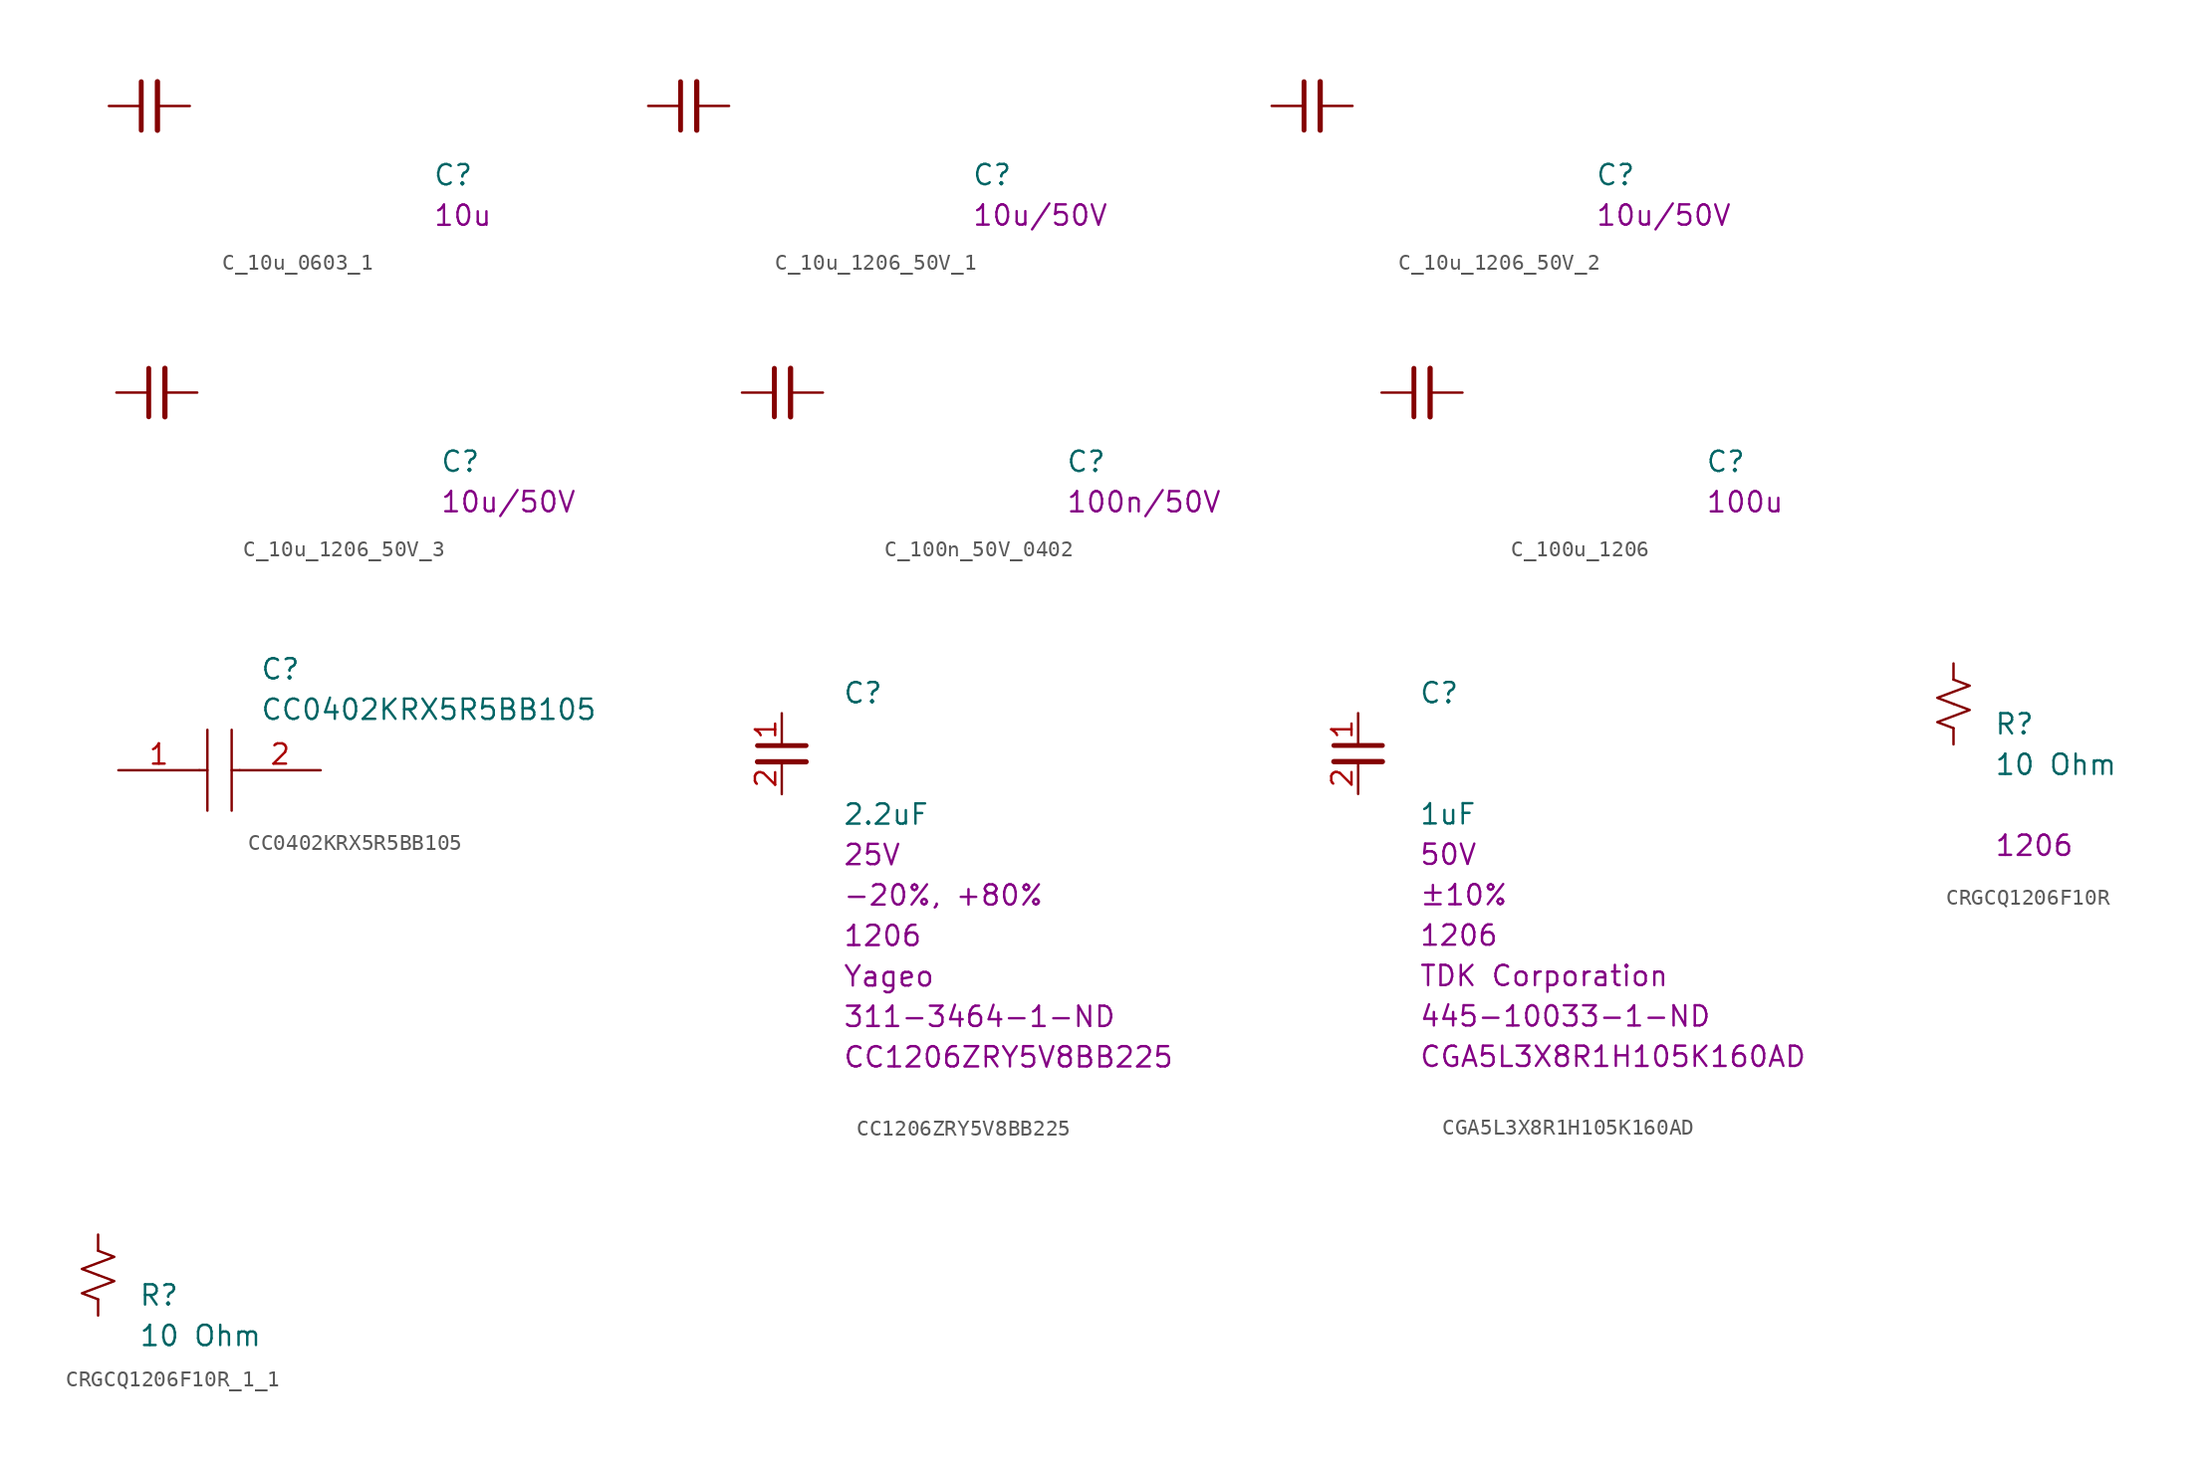
<source format=kicad_sym>
(kicad_symbol_lib
  (version 20231120)
  (generator "kicad_symbol_editor")
  (generator_version "8.0")
  (symbol "C_10u_0603_1"
    (pin_numbers hide)
    (pin_names hide)
    (property "Reference" "C"
      (at 20.32 -5.08 0)
      (effects (font (size 1.27 1.27) (thickness 0.15)) (justify left bottom)))
    (property "Val" "10u"
      (at 20.32 -7.62 0)
      (effects (font (size 1.27 1.27) (thickness 0.15)) (justify left bottom)))
    (symbol "C_10u_0603_1_0_1"
      (polyline (pts (xy 2.032 -1.524) (xy 2.032 1.524)) (stroke (width 0.305) (type default)) (fill (type none)))
      (polyline (pts (xy 3.048 -1.524) (xy 3.048 1.524)) (stroke (width 0.33) (type default)) (fill (type none))))
    (symbol "C_10u_0603_1_1_1"
      (pin passive line (at 0 0 0) (length 2.032) (name "~" (effects (font (size 1.27 1.27)))) (number "1" (effects (font (size 1.27 1.27)))))
      (pin passive line (at 5.08 0 180) (length 2.032) (name "~" (effects (font (size 1.27 1.27)))) (number "2" (effects (font (size 1.27 1.27)))))))
  (symbol "C_10u_1206_50V_1"
    (pin_numbers hide)
    (pin_names hide)
    (property "Reference" "C"
      (at 20.32 -5.08 0)
      (effects (font (size 1.27 1.27) (thickness 0.15)) (justify left bottom)))
    (property "Val" "10u/50V"
      (at 20.32 -7.62 0)
      (effects (font (size 1.27 1.27) (thickness 0.15)) (justify left bottom)))
    (symbol "C_10u_1206_50V_1_0_1"
      (polyline (pts (xy 2.032 -1.524) (xy 2.032 1.524)) (stroke (width 0.305) (type default)) (fill (type none)))
      (polyline (pts (xy 3.048 -1.524) (xy 3.048 1.524)) (stroke (width 0.33) (type default)) (fill (type none))))
    (symbol "C_10u_1206_50V_1_1_1"
      (pin passive line (at 0 0 0) (length 2.032) (name "~" (effects (font (size 1.27 1.27)))) (number "1" (effects (font (size 1.27 1.27)))))
      (pin passive line (at 5.08 0 180) (length 2.032) (name "~" (effects (font (size 1.27 1.27)))) (number "2" (effects (font (size 1.27 1.27)))))))
  (symbol "C_10u_1206_50V_2"
    (pin_numbers hide)
    (pin_names hide)
    (property "Reference" "C"
      (at 20.32 -5.08 0)
      (effects (font (size 1.27 1.27) (thickness 0.15)) (justify left bottom)))
    (property "Val" "10u/50V"
      (at 20.32 -7.62 0)
      (effects (font (size 1.27 1.27) (thickness 0.15)) (justify left bottom)))
    (symbol "C_10u_1206_50V_2_0_1"
      (polyline (pts (xy 2.032 -1.524) (xy 2.032 1.524)) (stroke (width 0.305) (type default)) (fill (type none)))
      (polyline (pts (xy 3.048 -1.524) (xy 3.048 1.524)) (stroke (width 0.33) (type default)) (fill (type none))))
    (symbol "C_10u_1206_50V_2_1_1"
      (pin passive line (at 0 0 0) (length 2.032) (name "~" (effects (font (size 1.27 1.27)))) (number "1" (effects (font (size 1.27 1.27)))))
      (pin passive line (at 5.08 0 180) (length 2.032) (name "~" (effects (font (size 1.27 1.27)))) (number "2" (effects (font (size 1.27 1.27)))))))
  (symbol "C_10u_1206_50V_3"
    (pin_numbers hide)
    (pin_names hide)
    (property "Reference" "C"
      (at 20.32 -5.08 0)
      (effects (font (size 1.27 1.27) (thickness 0.15)) (justify left bottom)))
    (property "Val" "10u/50V"
      (at 20.32 -7.62 0)
      (effects (font (size 1.27 1.27) (thickness 0.15)) (justify left bottom)))
    (symbol "C_10u_1206_50V_3_0_1"
      (polyline (pts (xy 2.032 -1.524) (xy 2.032 1.524)) (stroke (width 0.305) (type default)) (fill (type none)))
      (polyline (pts (xy 3.048 -1.524) (xy 3.048 1.524)) (stroke (width 0.33) (type default)) (fill (type none))))
    (symbol "C_10u_1206_50V_3_1_1"
      (pin passive line (at 0 0 0) (length 2.032) (name "~" (effects (font (size 1.27 1.27)))) (number "1" (effects (font (size 1.27 1.27)))))
      (pin passive line (at 5.08 0 180) (length 2.032) (name "~" (effects (font (size 1.27 1.27)))) (number "2" (effects (font (size 1.27 1.27)))))))
  (symbol "C_100n_50V_0402"
    (pin_numbers hide)
    (pin_names hide)
    (property "Reference" "C"
      (at 20.32 -5.08 0)
      (effects (font (size 1.27 1.27) (thickness 0.15)) (justify left bottom)))
    (property "Val" "100n/50V"
      (at 20.32 -7.62 0)
      (effects (font (size 1.27 1.27) (thickness 0.15)) (justify left bottom)))
    (symbol "C_100n_50V_0402_0_1"
      (polyline (pts (xy 2.032 -1.524) (xy 2.032 1.524)) (stroke (width 0.305) (type default)) (fill (type none)))
      (polyline (pts (xy 3.048 -1.524) (xy 3.048 1.524)) (stroke (width 0.33) (type default)) (fill (type none))))
    (symbol "C_100n_50V_0402_1_1"
      (pin passive line (at 0 0 0) (length 2.032) (name "~" (effects (font (size 1.27 1.27)))) (number "1" (effects (font (size 1.27 1.27)))))
      (pin passive line (at 5.08 0 180) (length 2.032) (name "~" (effects (font (size 1.27 1.27)))) (number "2" (effects (font (size 1.27 1.27)))))))
  (symbol "C_100u_1206"
    (pin_numbers hide)
    (pin_names hide)
    (property "Reference" "C"
      (at 20.32 -5.08 0)
      (effects (font (size 1.27 1.27) (thickness 0.15)) (justify left bottom)))
    (property "Val" "100u"
      (at 20.32 -7.62 0)
      (effects (font (size 1.27 1.27) (thickness 0.15)) (justify left bottom)))
    (symbol "C_100u_1206_0_1"
      (polyline (pts (xy 2.032 -1.524) (xy 2.032 1.524)) (stroke (width 0.305) (type default)) (fill (type none)))
      (polyline (pts (xy 3.048 -1.524) (xy 3.048 1.524)) (stroke (width 0.33) (type default)) (fill (type none))))
    (symbol "C_100u_1206_1_1"
      (pin passive line (at 0 0 0) (length 2.032) (name "~" (effects (font (size 1.27 1.27)))) (number "1" (effects (font (size 1.27 1.27)))))
      (pin passive line (at 5.08 0 180) (length 2.032) (name "~" (effects (font (size 1.27 1.27)))) (number "2" (effects (font (size 1.27 1.27)))))))
  (symbol "CC0402KRX5R5BB105"
    (pin_names
      (offset 0.762))
    (property "Reference" "C"
      (at 8.89 6.35 0)
      (effects (font (size 1.27 1.27)) (justify left)))
    (property "Value" "CC0402KRX5R5BB105"
      (at 8.89 3.81 0)
      (effects (font (size 1.27 1.27)) (justify left)))
    (symbol "CC0402KRX5R5BB105_0_0"
      (pin passive line (at 0 0 0) (length 5.08) (name "~" (effects (font (size 1.27 1.27)))) (number "1" (effects (font (size 1.27 1.27)))))
      (pin passive line (at 12.7 0 180) (length 5.08) (name "~" (effects (font (size 1.27 1.27)))) (number "2" (effects (font (size 1.27 1.27))))))
    (symbol "CC0402KRX5R5BB105_0_1"
      (polyline (pts (xy 5.08 0) (xy 5.588 0)) (stroke (width 0.152) (type solid)) (fill (type none)))
      (polyline (pts (xy 5.588 2.54) (xy 5.588 -2.54)) (stroke (width 0.152) (type solid)) (fill (type none)))
      (polyline (pts (xy 7.112 0) (xy 7.62 0)) (stroke (width 0.152) (type solid)) (fill (type none)))
      (polyline (pts (xy 7.112 2.54) (xy 7.112 -2.54)) (stroke (width 0.152) (type solid)) (fill (type none)))))
  (symbol "CC1206ZRY5V8BB225"
    (pin_names
      (offset 1.016))
    (property "Reference" "C"
      (at 3.81 3.81 0)
      (effects (font (size 1.27 1.27)) (justify left)))
    (property "Value" "2.2uF"
      (at 3.81 -3.81 0)
      (effects (font (size 1.27 1.27)) (justify left)))
    (property "Tolerance" "-20%, +80%"
      (at 3.81 -8.89 0)
      (effects (font (size 1.27 1.27)) (justify left)))
    (property "MAX Voltage" "25V"
      (at 3.81 -6.35 0)
      (effects (font (size 1.27 1.27)) (justify left)))
    (property "Chip Set" "1206"
      (at 3.81 -11.43 0)
      (effects (font (size 1.27 1.27)) (justify left)))
    (property "Manufacturer" "Yageo"
      (at 3.81 -13.97 0)
      (effects (font (size 1.27 1.27)) (justify left)))
    (property "MPN" "CC1206ZRY5V8BB225"
      (at 3.81 -19.05 0)
      (effects (font (size 1.27 1.27)) (justify left)))
    (property "Digi-Key_PN" "311-3464-1-ND"
      (at 3.81 -16.51 0)
      (effects (font (size 1.27 1.27)) (justify left)))
    (symbol "CC1206ZRY5V8BB225_1_1"
      (polyline (pts (xy -1.524 -0.508) (xy 1.524 -0.508)) (stroke (width 0.33) (type solid)) (fill (type none)))
      (polyline (pts (xy -1.524 0.508) (xy 1.524 0.508)) (stroke (width 0.305) (type solid)) (fill (type none)))
      (pin passive line (at 0 2.54 270) (length 2.032) (name "~" (effects (font (size 1.27 1.27)))) (number "1" (effects (font (size 1.27 1.27)))))
      (pin passive line (at 0 -2.54 90) (length 2.032) (name "~" (effects (font (size 1.27 1.27)))) (number "2" (effects (font (size 1.27 1.27)))))))
  (symbol "CGA5L3X8R1H105K160AD"
    (pin_names
      (offset 1.016))
    (property "Reference" "C"
      (at 3.81 3.81 0)
      (effects (font (size 1.27 1.27)) (justify left)))
    (property "Value" "1uF"
      (at 3.81 -3.81 0)
      (effects (font (size 1.27 1.27)) (justify left)))
    (property "Tolerance" "±10%"
      (at 3.81 -8.89 0)
      (effects (font (size 1.27 1.27)) (justify left)))
    (property "MAX Voltage" "50V"
      (at 3.81 -6.35 0)
      (effects (font (size 1.27 1.27)) (justify left)))
    (property "Chip Set" "1206"
      (at 3.81 -11.43 0)
      (effects (font (size 1.27 1.27)) (justify left)))
    (property "Manufacturer" "TDK Corporation"
      (at 3.81 -13.97 0)
      (effects (font (size 1.27 1.27)) (justify left)))
    (property "MPN" "CGA5L3X8R1H105K160AD"
      (at 3.81 -19.05 0)
      (effects (font (size 1.27 1.27)) (justify left)))
    (property "Digi-Key_PN" "445-10033-1-ND"
      (at 3.81 -16.51 0)
      (effects (font (size 1.27 1.27)) (justify left)))
    (symbol "CGA5L3X8R1H105K160AD_1_1"
      (polyline (pts (xy -1.524 -0.508) (xy 1.524 -0.508)) (stroke (width 0.33) (type solid)) (fill (type none)))
      (polyline (pts (xy -1.524 0.508) (xy 1.524 0.508)) (stroke (width 0.305) (type solid)) (fill (type none)))
      (pin passive line (at 0 2.54 270) (length 2.032) (name "~" (effects (font (size 1.27 1.27)))) (number "1" (effects (font (size 1.27 1.27)))))
      (pin passive line (at 0 -2.54 90) (length 2.032) (name "~" (effects (font (size 1.27 1.27)))) (number "2" (effects (font (size 1.27 1.27)))))))
  (symbol "CRGCQ1206F10R"
    (pin_numbers hide)
    (pin_names
      (offset 0.254) hide)
    (property "Reference" "R"
      (at 2.54 -1.27 0)
      (effects (font (size 1.27 1.27)) (justify left)))
    (property "Value" "10 Ohm"
      (at 2.54 -3.81 0)
      (effects (font (size 1.27 1.27)) (justify left)))
    (property "Chip Set" "1206"
      (at 2.54 -8.89 0)
      (effects (font (size 1.27 1.27)) (justify left)))
    (symbol "CRGCQ1206F10R_1_1"
      (polyline (pts (xy 0 0) (xy 1.016 -0.381) (xy 0 -0.762) (xy -1.016 -1.143) (xy 0 -1.524)) (stroke (width 0) (type solid)) (fill (type none)))
      (polyline (pts (xy 0 1.524) (xy 1.016 1.143) (xy 0 0.762) (xy -1.016 0.381) (xy 0 0)) (stroke (width 0) (type solid)) (fill (type none)))
      (pin passive line (at 0 2.54 270) (length 1.016) (name "~" (effects (font (size 1.27 1.27)))) (number "1" (effects (font (size 1.27 1.27)))))
      (pin passive line (at 0 -2.54 90) (length 1.016) (name "~" (effects (font (size 1.27 1.27)))) (number "2" (effects (font (size 1.27 1.27)))))))
  (symbol "CRGCQ1206F10R_1_1"
    (pin_numbers hide)
    (pin_names
      (offset 0.254) hide)
    (property "Reference" "R"
      (at 2.54 -1.27 0)
      (effects (font (size 1.27 1.27)) (justify left)))
    (property "Value" "10 Ohm"
      (at 2.54 -3.81 0)
      (effects (font (size 1.27 1.27)) (justify left)))
    (symbol "CRGCQ1206F10R_1_1_1_1"
      (polyline (pts (xy 0 0) (xy 1.016 -0.381) (xy 0 -0.762) (xy -1.016 -1.143) (xy 0 -1.524)) (stroke (width 0) (type default)) (fill (type none)))
      (polyline (pts (xy 0 1.524) (xy 1.016 1.143) (xy 0 0.762) (xy -1.016 0.381) (xy 0 0)) (stroke (width 0) (type default)) (fill (type none)))
      (pin passive line (at 0 2.54 270) (length 1.016) (name "~" (effects (font (size 1.27 1.27)))) (number "1" (effects (font (size 1.27 1.27)))))
      (pin passive line (at 0 -2.54 90) (length 1.016) (name "~" (effects (font (size 1.27 1.27)))) (number "2" (effects (font (size 1.27 1.27))))))))
</source>
